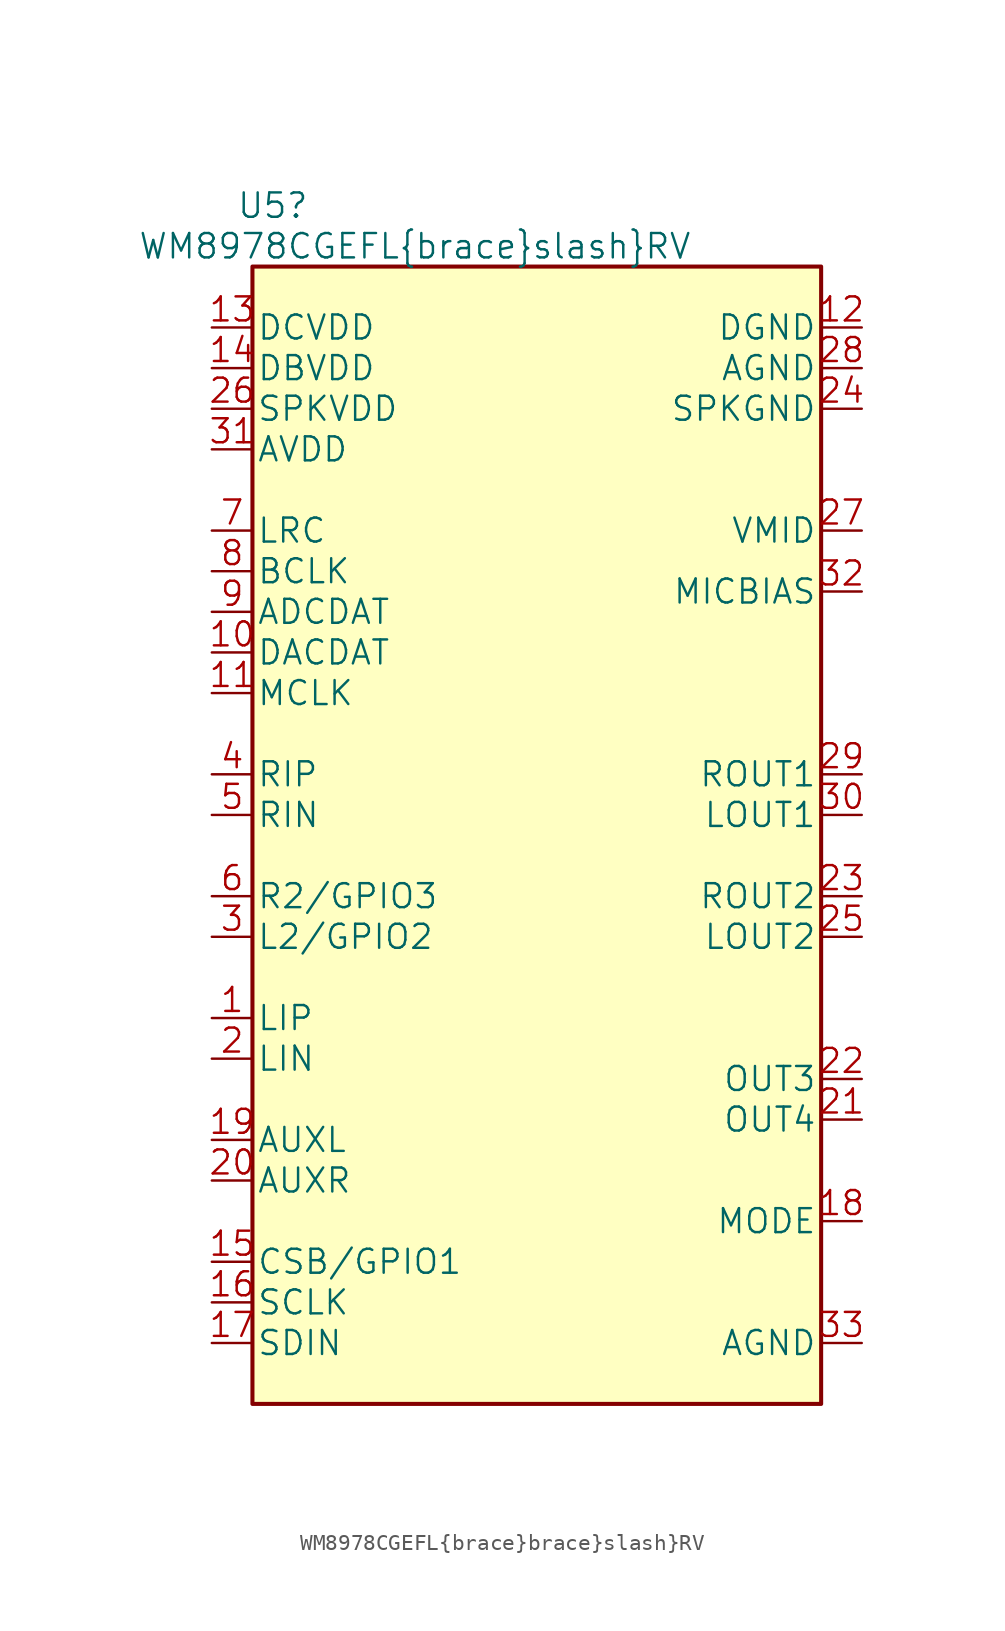
<source format=kicad_sym>
(kicad_symbol_lib
  (version 20211014)
  (generator kicad_symbol_editor)
  (symbol "WM8978CGEFL{brace}brace}slash}RV"
    (pin_names
      (offset 0.254))
    (property "Reference" "U5"
      (at -15.24 39.37 0)
      (effects (font (size 1.524 1.524))))
    (property "Value" "WM8978CGEFL{brace}brace}slash}RV"
      (at -6.35 36.83 0)
      (effects (font (size 1.524 1.524))))
    (property "Datasheet" ""
      (at -20.32 0 0)
      (effects (font (size 1.524 1.524))))
    (symbol "WM8978CGEFL{brace}brace}slash}RV_1_1"
      (rectangle (start -16.51 35.56) (end 19.05 -35.56) (stroke (width 0.254) (type default) (color 0 0 0 0)) (fill (type background)))
      (pin unspecified line (at -19.05 -11.43 0) (length 2.54) (name "LIP" (effects (font (size 1.499 1.499)))) (number "1" (effects (font (size 1.499 1.499)))))
      (pin input line (at -19.05 11.43 0) (length 2.54) (name "DACDAT" (effects (font (size 1.499 1.499)))) (number "10" (effects (font (size 1.499 1.499)))))
      (pin input line (at -19.05 8.89 0) (length 2.54) (name "MCLK" (effects (font (size 1.499 1.499)))) (number "11" (effects (font (size 1.499 1.499)))))
      (pin power_in line (at 21.59 31.75 180) (length 2.54) (name "DGND" (effects (font (size 1.499 1.499)))) (number "12" (effects (font (size 1.499 1.499)))))
      (pin power_in line (at -19.05 31.75 0) (length 2.54) (name "DCVDD" (effects (font (size 1.499 1.499)))) (number "13" (effects (font (size 1.499 1.499)))))
      (pin power_in line (at -19.05 29.21 0) (length 2.54) (name "DBVDD" (effects (font (size 1.499 1.499)))) (number "14" (effects (font (size 1.499 1.499)))))
      (pin bidirectional line (at -19.05 -26.67 0) (length 2.54) (name "CSB/GPIO1" (effects (font (size 1.499 1.499)))) (number "15" (effects (font (size 1.499 1.499)))))
      (pin input line (at -19.05 -29.21 0) (length 2.54) (name "SCLK" (effects (font (size 1.499 1.499)))) (number "16" (effects (font (size 1.499 1.499)))))
      (pin bidirectional line (at -19.05 -31.75 0) (length 2.54) (name "SDIN" (effects (font (size 1.499 1.499)))) (number "17" (effects (font (size 1.499 1.499)))))
      (pin input line (at 21.59 -24.13 180) (length 2.54) (name "MODE" (effects (font (size 1.499 1.499)))) (number "18" (effects (font (size 1.499 1.499)))))
      (pin unspecified line (at -19.05 -19.05 0) (length 2.54) (name "AUXL" (effects (font (size 1.499 1.499)))) (number "19" (effects (font (size 1.499 1.499)))))
      (pin unspecified line (at -19.05 -13.97 0) (length 2.54) (name "LIN" (effects (font (size 1.499 1.499)))) (number "2" (effects (font (size 1.499 1.499)))))
      (pin unspecified line (at -19.05 -21.59 0) (length 2.54) (name "AUXR" (effects (font (size 1.499 1.499)))) (number "20" (effects (font (size 1.499 1.499)))))
      (pin unspecified line (at 21.59 -17.78 180) (length 2.54) (name "OUT4" (effects (font (size 1.499 1.499)))) (number "21" (effects (font (size 1.499 1.499)))))
      (pin unspecified line (at 21.59 -15.24 180) (length 2.54) (name "OUT3" (effects (font (size 1.499 1.499)))) (number "22" (effects (font (size 1.499 1.499)))))
      (pin unspecified line (at 21.59 -3.81 180) (length 2.54) (name "ROUT2" (effects (font (size 1.499 1.499)))) (number "23" (effects (font (size 1.499 1.499)))))
      (pin power_in line (at 21.59 26.67 180) (length 2.54) (name "SPKGND" (effects (font (size 1.499 1.499)))) (number "24" (effects (font (size 1.499 1.499)))))
      (pin unspecified line (at 21.59 -6.35 180) (length 2.54) (name "LOUT2" (effects (font (size 1.499 1.499)))) (number "25" (effects (font (size 1.499 1.499)))))
      (pin power_in line (at -19.05 26.67 0) (length 2.54) (name "SPKVDD" (effects (font (size 1.499 1.499)))) (number "26" (effects (font (size 1.499 1.499)))))
      (pin unspecified line (at 21.59 19.05 180) (length 2.54) (name "VMID" (effects (font (size 1.499 1.499)))) (number "27" (effects (font (size 1.499 1.499)))))
      (pin power_in line (at 21.59 29.21 180) (length 2.54) (name "AGND" (effects (font (size 1.499 1.499)))) (number "28" (effects (font (size 1.499 1.499)))))
      (pin unspecified line (at 21.59 3.81 180) (length 2.54) (name "ROUT1" (effects (font (size 1.499 1.499)))) (number "29" (effects (font (size 1.499 1.499)))))
      (pin unspecified line (at -19.05 -6.35 0) (length 2.54) (name "L2/GPIO2" (effects (font (size 1.499 1.499)))) (number "3" (effects (font (size 1.499 1.499)))))
      (pin unspecified line (at 21.59 1.27 180) (length 2.54) (name "LOUT1" (effects (font (size 1.499 1.499)))) (number "30" (effects (font (size 1.499 1.499)))))
      (pin power_in line (at -19.05 24.13 0) (length 2.54) (name "AVDD" (effects (font (size 1.499 1.499)))) (number "31" (effects (font (size 1.499 1.499)))))
      (pin unspecified line (at 21.59 15.24 180) (length 2.54) (name "MICBIAS" (effects (font (size 1.499 1.499)))) (number "32" (effects (font (size 1.499 1.499)))))
      (pin power_in line (at 21.59 -31.75 180) (length 2.54) (name "AGND" (effects (font (size 1.499 1.499)))) (number "33" (effects (font (size 1.499 1.499)))))
      (pin unspecified line (at -19.05 3.81 0) (length 2.54) (name "RIP" (effects (font (size 1.499 1.499)))) (number "4" (effects (font (size 1.499 1.499)))))
      (pin unspecified line (at -19.05 1.27 0) (length 2.54) (name "RIN" (effects (font (size 1.499 1.499)))) (number "5" (effects (font (size 1.499 1.499)))))
      (pin unspecified line (at -19.05 -3.81 0) (length 2.54) (name "R2/GPIO3" (effects (font (size 1.499 1.499)))) (number "6" (effects (font (size 1.499 1.499)))))
      (pin bidirectional line (at -19.05 19.05 0) (length 2.54) (name "LRC" (effects (font (size 1.499 1.499)))) (number "7" (effects (font (size 1.499 1.499)))))
      (pin bidirectional line (at -19.05 16.51 0) (length 2.54) (name "BCLK" (effects (font (size 1.499 1.499)))) (number "8" (effects (font (size 1.499 1.499)))))
      (pin output line (at -19.05 13.97 0) (length 2.54) (name "ADCDAT" (effects (font (size 1.499 1.499)))) (number "9" (effects (font (size 1.499 1.499))))))))
</source>
